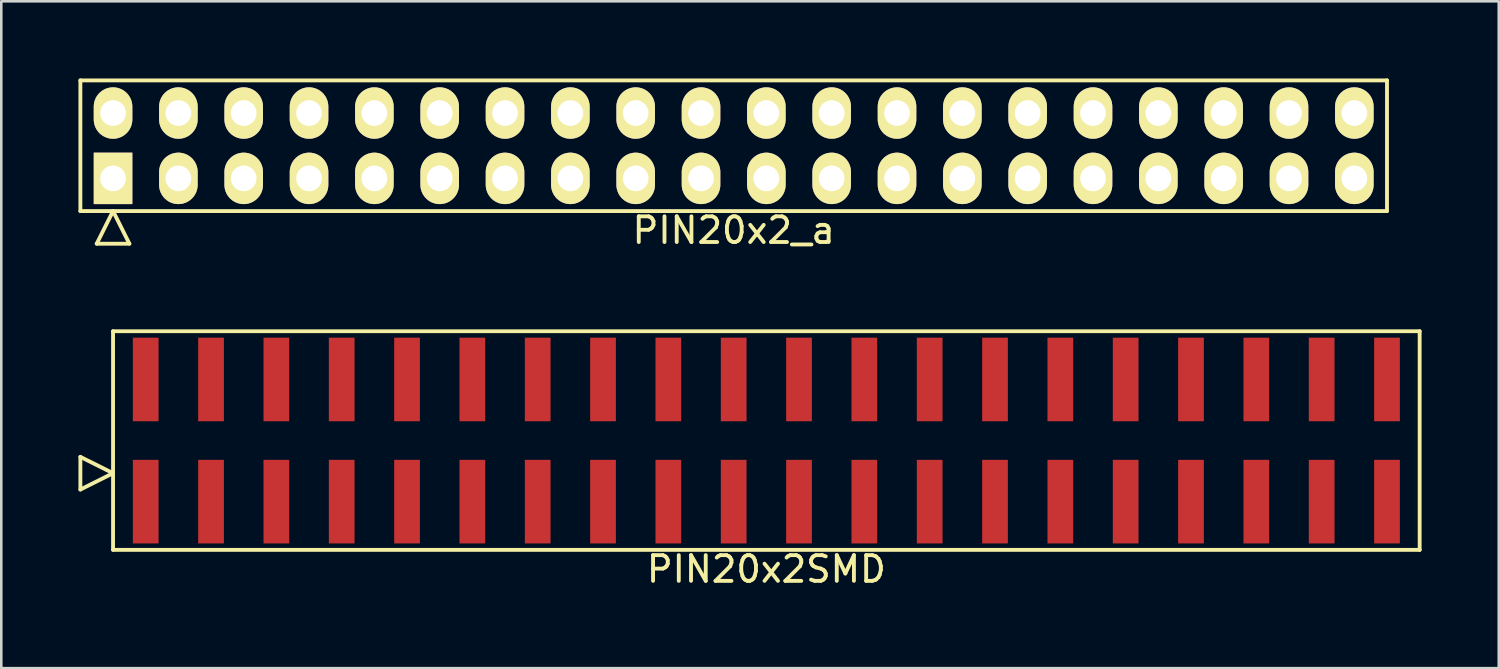
<source format=kicad_pcb>
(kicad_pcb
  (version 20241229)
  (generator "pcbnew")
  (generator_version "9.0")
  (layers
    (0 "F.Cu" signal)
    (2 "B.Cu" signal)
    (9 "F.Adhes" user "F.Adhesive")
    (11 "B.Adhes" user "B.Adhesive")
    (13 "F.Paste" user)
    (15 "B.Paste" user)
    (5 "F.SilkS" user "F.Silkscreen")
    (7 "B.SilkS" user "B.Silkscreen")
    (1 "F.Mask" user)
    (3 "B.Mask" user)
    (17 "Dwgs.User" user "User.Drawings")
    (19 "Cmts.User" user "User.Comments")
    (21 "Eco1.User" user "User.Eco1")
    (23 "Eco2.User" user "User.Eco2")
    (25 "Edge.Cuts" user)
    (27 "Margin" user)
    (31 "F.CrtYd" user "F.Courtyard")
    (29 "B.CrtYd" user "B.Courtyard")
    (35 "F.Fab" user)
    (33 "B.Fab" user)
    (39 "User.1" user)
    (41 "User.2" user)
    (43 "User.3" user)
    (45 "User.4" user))
  (footprint "PIN20x2_a"
    (layer "F.Cu")
    (at 25.475 2.615)
    (property "Reference" "PIN20x2_a" (at 0 3.29 0) (layer "F.SilkS") (effects (font (size 1 1) (thickness 0.15))))
    (attr through_hole)
    (fp_line (start -25.4 -2.54) (end -25.4 2.54) (stroke (width 0.15) (type solid)) (layer "F.SilkS"))
    (fp_line (start -25.4 2.54) (end 25.4 2.54) (stroke (width 0.15) (type solid)) (layer "F.SilkS"))
    (fp_line (start -24.765 3.81) (end -24.13 2.54) (stroke (width 0.15) (type solid)) (layer "F.SilkS"))
    (fp_line (start -24.765 3.81) (end -23.495 3.81) (stroke (width 0.15) (type solid)) (layer "F.SilkS"))
    (fp_line (start -23.495 3.81) (end -24.13 2.54) (stroke (width 0.15) (type solid)) (layer "F.SilkS"))
    (fp_line (start 25.4 -2.54) (end -25.4 -2.54) (stroke (width 0.15) (type solid)) (layer "F.SilkS"))
    (fp_line (start 25.4 2.54) (end 25.4 -2.54) (stroke (width 0.15) (type solid)) (layer "F.SilkS"))
    (pad "1" thru_hole rect (at -24.13 1.27) (size 1.5 2) (drill 1) (layers "*.Cu" "*.Mask" "F.SilkS"))
    (pad "2" thru_hole oval (at -24.13 -1.27) (size 1.5 2) (drill 1) (layers "*.Cu" "*.Mask" "F.SilkS"))
    (pad "3" thru_hole oval (at -21.59 1.27) (size 1.5 2) (drill 1) (layers "*.Cu" "*.Mask" "F.SilkS"))
    (pad "4" thru_hole oval (at -21.59 -1.27) (size 1.5 2) (drill 1) (layers "*.Cu" "*.Mask" "F.SilkS"))
    (pad "5" thru_hole oval (at -19.05 1.27) (size 1.5 2) (drill 1) (layers "*.Cu" "*.Mask" "F.SilkS"))
    (pad "6" thru_hole oval (at -19.05 -1.27) (size 1.5 2) (drill 1) (layers "*.Cu" "*.Mask" "F.SilkS"))
    (pad "7" thru_hole oval (at -16.51 1.27) (size 1.5 2) (drill 1) (layers "*.Cu" "*.Mask" "F.SilkS"))
    (pad "8" thru_hole oval (at -16.51 -1.27) (size 1.5 2) (drill 1) (layers "*.Cu" "*.Mask" "F.SilkS"))
    (pad "9" thru_hole oval (at -13.97 1.27) (size 1.5 2) (drill 1) (layers "*.Cu" "*.Mask" "F.SilkS"))
    (pad "10" thru_hole oval (at -13.97 -1.27) (size 1.5 2) (drill 1) (layers "*.Cu" "*.Mask" "F.SilkS"))
    (pad "11" thru_hole oval (at -11.43 1.27) (size 1.5 2) (drill 1) (layers "*.Cu" "*.Mask" "F.SilkS"))
    (pad "12" thru_hole oval (at -11.43 -1.27) (size 1.5 2) (drill 1) (layers "*.Cu" "*.Mask" "F.SilkS"))
    (pad "13" thru_hole oval (at -8.89 1.27) (size 1.5 2) (drill 1) (layers "*.Cu" "*.Mask" "F.SilkS"))
    (pad "14" thru_hole oval (at -8.89 -1.27) (size 1.5 2) (drill 1) (layers "*.Cu" "*.Mask" "F.SilkS"))
    (pad "15" thru_hole oval (at -6.35 1.27) (size 1.5 2) (drill 1) (layers "*.Cu" "*.Mask" "F.SilkS"))
    (pad "16" thru_hole oval (at -6.35 -1.27) (size 1.5 2) (drill 1) (layers "*.Cu" "*.Mask" "F.SilkS"))
    (pad "17" thru_hole oval (at -3.81 1.27) (size 1.5 2) (drill 1) (layers "*.Cu" "*.Mask" "F.SilkS"))
    (pad "18" thru_hole oval (at -3.81 -1.27) (size 1.5 2) (drill 1) (layers "*.Cu" "*.Mask" "F.SilkS"))
    (pad "19" thru_hole oval (at -1.27 1.27) (size 1.5 2) (drill 1) (layers "*.Cu" "*.Mask" "F.SilkS"))
    (pad "20" thru_hole oval (at -1.27 -1.27) (size 1.5 2) (drill 1) (layers "*.Cu" "*.Mask" "F.SilkS"))
    (pad "21" thru_hole oval (at 1.27 1.27) (size 1.5 2) (drill 1) (layers "*.Cu" "*.Mask" "F.SilkS"))
    (pad "22" thru_hole oval (at 1.27 -1.27) (size 1.5 2) (drill 1) (layers "*.Cu" "*.Mask" "F.SilkS"))
    (pad "23" thru_hole oval (at 3.81 1.27) (size 1.5 2) (drill 1) (layers "*.Cu" "*.Mask" "F.SilkS"))
    (pad "24" thru_hole oval (at 3.81 -1.27) (size 1.5 2) (drill 1) (layers "*.Cu" "*.Mask" "F.SilkS"))
    (pad "25" thru_hole oval (at 6.35 1.27) (size 1.5 2) (drill 1) (layers "*.Cu" "*.Mask" "F.SilkS"))
    (pad "26" thru_hole oval (at 6.35 -1.27) (size 1.5 2) (drill 1) (layers "*.Cu" "*.Mask" "F.SilkS"))
    (pad "27" thru_hole oval (at 8.89 1.27) (size 1.5 2) (drill 1) (layers "*.Cu" "*.Mask" "F.SilkS"))
    (pad "28" thru_hole oval (at 8.89 -1.27) (size 1.5 2) (drill 1) (layers "*.Cu" "*.Mask" "F.SilkS"))
    (pad "29" thru_hole oval (at 11.43 1.27) (size 1.5 2) (drill 1) (layers "*.Cu" "*.Mask" "F.SilkS"))
    (pad "30" thru_hole oval (at 11.43 -1.27) (size 1.5 2) (drill 1) (layers "*.Cu" "*.Mask" "F.SilkS"))
    (pad "31" thru_hole oval (at 13.97 1.27) (size 1.5 2) (drill 1) (layers "*.Cu" "*.Mask" "F.SilkS"))
    (pad "32" thru_hole oval (at 13.97 -1.27) (size 1.5 2) (drill 1) (layers "*.Cu" "*.Mask" "F.SilkS"))
    (pad "33" thru_hole oval (at 16.51 1.27) (size 1.5 2) (drill 1) (layers "*.Cu" "*.Mask" "F.SilkS"))
    (pad "34" thru_hole oval (at 16.51 -1.27) (size 1.5 2) (drill 1) (layers "*.Cu" "*.Mask" "F.SilkS"))
    (pad "35" thru_hole oval (at 19.05 1.27) (size 1.5 2) (drill 1) (layers "*.Cu" "*.Mask" "F.SilkS"))
    (pad "36" thru_hole oval (at 19.05 -1.27) (size 1.5 2) (drill 1) (layers "*.Cu" "*.Mask" "F.SilkS"))
    (pad "37" thru_hole oval (at 21.59 1.27) (size 1.5 2) (drill 1) (layers "*.Cu" "*.Mask" "F.SilkS"))
    (pad "38" thru_hole oval (at 21.59 -1.27) (size 1.5 2) (drill 1) (layers "*.Cu" "*.Mask" "F.SilkS"))
    (pad "39" thru_hole oval (at 24.13 1.27) (size 1.5 2) (drill 1) (layers "*.Cu" "*.Mask" "F.SilkS"))
    (pad "40" thru_hole oval (at 24.13 -1.27) (size 1.5 2) (drill 1) (layers "*.Cu" "*.Mask" "F.SilkS")))
  (footprint "PIN20x2SMD"
    (layer "F.Cu")
    (at 26.745 14.078)
    (property "Reference" "PIN20x2SMD" (at 0 5 0) (layer "F.SilkS") (effects (font (size 1 1) (thickness 0.15))))
    (attr through_hole)
    (fp_line (start -26.67 1.905) (end -26.67 0.635) (stroke (width 0.15) (type solid)) (layer "F.SilkS"))
    (fp_line (start -25.4 -4.25) (end -25.4 4.25) (stroke (width 0.15) (type solid)) (layer "F.SilkS"))
    (fp_line (start -25.4 1.27) (end -26.67 0.635) (stroke (width 0.15) (type solid)) (layer "F.SilkS"))
    (fp_line (start -25.4 1.27) (end -26.67 1.905) (stroke (width 0.15) (type solid)) (layer "F.SilkS"))
    (fp_line (start -25.4 4.25) (end 25.4 4.25) (stroke (width 0.15) (type solid)) (layer "F.SilkS"))
    (fp_line (start 25.4 -4.25) (end -25.4 -4.25) (stroke (width 0.15) (type solid)) (layer "F.SilkS"))
    (fp_line (start 25.4 4.25) (end 25.4 -4.25) (stroke (width 0.15) (type solid)) (layer "F.SilkS"))
    (pad "1" smd rect (at -24.13 2.375) (size 1 3.25) (layers "F.Cu" "F.Mask" "F.Paste"))
    (pad "2" smd rect (at -24.13 -2.375) (size 1 3.25) (layers "F.Cu" "F.Mask" "F.Paste"))
    (pad "3" smd rect (at -21.59 2.375) (size 1 3.25) (layers "F.Cu" "F.Mask" "F.Paste"))
    (pad "4" smd rect (at -21.59 -2.375) (size 1 3.25) (layers "F.Cu" "F.Mask" "F.Paste"))
    (pad "5" smd rect (at -19.05 2.375) (size 1 3.25) (layers "F.Cu" "F.Mask" "F.Paste"))
    (pad "6" smd rect (at -19.05 -2.375) (size 1 3.25) (layers "F.Cu" "F.Mask" "F.Paste"))
    (pad "7" smd rect (at -16.51 2.375) (size 1 3.25) (layers "F.Cu" "F.Mask" "F.Paste"))
    (pad "8" smd rect (at -16.51 -2.375) (size 1 3.25) (layers "F.Cu" "F.Mask" "F.Paste"))
    (pad "9" smd rect (at -13.97 2.375) (size 1 3.25) (layers "F.Cu" "F.Mask" "F.Paste"))
    (pad "10" smd rect (at -13.97 -2.375) (size 1 3.25) (layers "F.Cu" "F.Mask" "F.Paste"))
    (pad "11" smd rect (at -11.43 2.375) (size 1 3.25) (layers "F.Cu" "F.Mask" "F.Paste"))
    (pad "12" smd rect (at -11.43 -2.375) (size 1 3.25) (layers "F.Cu" "F.Mask" "F.Paste"))
    (pad "13" smd rect (at -8.89 2.375) (size 1 3.25) (layers "F.Cu" "F.Mask" "F.Paste"))
    (pad "14" smd rect (at -8.89 -2.375) (size 1 3.25) (layers "F.Cu" "F.Mask" "F.Paste"))
    (pad "15" smd rect (at -6.35 2.375) (size 1 3.25) (layers "F.Cu" "F.Mask" "F.Paste"))
    (pad "16" smd rect (at -6.35 -2.375) (size 1 3.25) (layers "F.Cu" "F.Mask" "F.Paste"))
    (pad "17" smd rect (at -3.81 2.375) (size 1 3.25) (layers "F.Cu" "F.Mask" "F.Paste"))
    (pad "18" smd rect (at -3.81 -2.375) (size 1 3.25) (layers "F.Cu" "F.Mask" "F.Paste"))
    (pad "19" smd rect (at -1.27 2.375) (size 1 3.25) (layers "F.Cu" "F.Mask" "F.Paste"))
    (pad "20" smd rect (at -1.27 -2.375) (size 1 3.25) (layers "F.Cu" "F.Mask" "F.Paste"))
    (pad "21" smd rect (at 1.27 2.375) (size 1 3.25) (layers "F.Cu" "F.Mask" "F.Paste"))
    (pad "22" smd rect (at 1.27 -2.375) (size 1 3.25) (layers "F.Cu" "F.Mask" "F.Paste"))
    (pad "23" smd rect (at 3.81 2.375) (size 1 3.25) (layers "F.Cu" "F.Mask" "F.Paste"))
    (pad "24" smd rect (at 3.81 -2.375) (size 1 3.25) (layers "F.Cu" "F.Mask" "F.Paste"))
    (pad "25" smd rect (at 6.35 2.375) (size 1 3.25) (layers "F.Cu" "F.Mask" "F.Paste"))
    (pad "26" smd rect (at 6.35 -2.375) (size 1 3.25) (layers "F.Cu" "F.Mask" "F.Paste"))
    (pad "27" smd rect (at 8.89 2.375) (size 1 3.25) (layers "F.Cu" "F.Mask" "F.Paste"))
    (pad "28" smd rect (at 8.89 -2.375) (size 1 3.25) (layers "F.Cu" "F.Mask" "F.Paste"))
    (pad "29" smd rect (at 11.43 2.375) (size 1 3.25) (layers "F.Cu" "F.Mask" "F.Paste"))
    (pad "30" smd rect (at 11.43 -2.375) (size 1 3.25) (layers "F.Cu" "F.Mask" "F.Paste"))
    (pad "31" smd rect (at 13.97 2.375) (size 1 3.25) (layers "F.Cu" "F.Mask" "F.Paste"))
    (pad "32" smd rect (at 13.97 -2.375) (size 1 3.25) (layers "F.Cu" "F.Mask" "F.Paste"))
    (pad "33" smd rect (at 16.51 2.375) (size 1 3.25) (layers "F.Cu" "F.Mask" "F.Paste"))
    (pad "34" smd rect (at 16.51 -2.375) (size 1 3.25) (layers "F.Cu" "F.Mask" "F.Paste"))
    (pad "35" smd rect (at 19.05 2.375) (size 1 3.25) (layers "F.Cu" "F.Mask" "F.Paste"))
    (pad "36" smd rect (at 19.05 -2.375) (size 1 3.25) (layers "F.Cu" "F.Mask" "F.Paste"))
    (pad "37" smd rect (at 21.59 2.375) (size 1 3.25) (layers "F.Cu" "F.Mask" "F.Paste"))
    (pad "38" smd rect (at 21.59 -2.375) (size 1 3.25) (layers "F.Cu" "F.Mask" "F.Paste"))
    (pad "39" smd rect (at 24.13 2.375) (size 1 3.25) (layers "F.Cu" "F.Mask" "F.Paste"))
    (pad "40" smd rect (at 24.13 -2.375) (size 1 3.25) (layers "F.Cu" "F.Mask" "F.Paste")))
  (gr_rect
    (start -3 -3)
    (end 55.22 22.927)
    (stroke (width 0.1) (type default))
    (fill no)
    (layer "Edge.Cuts")))
</source>
